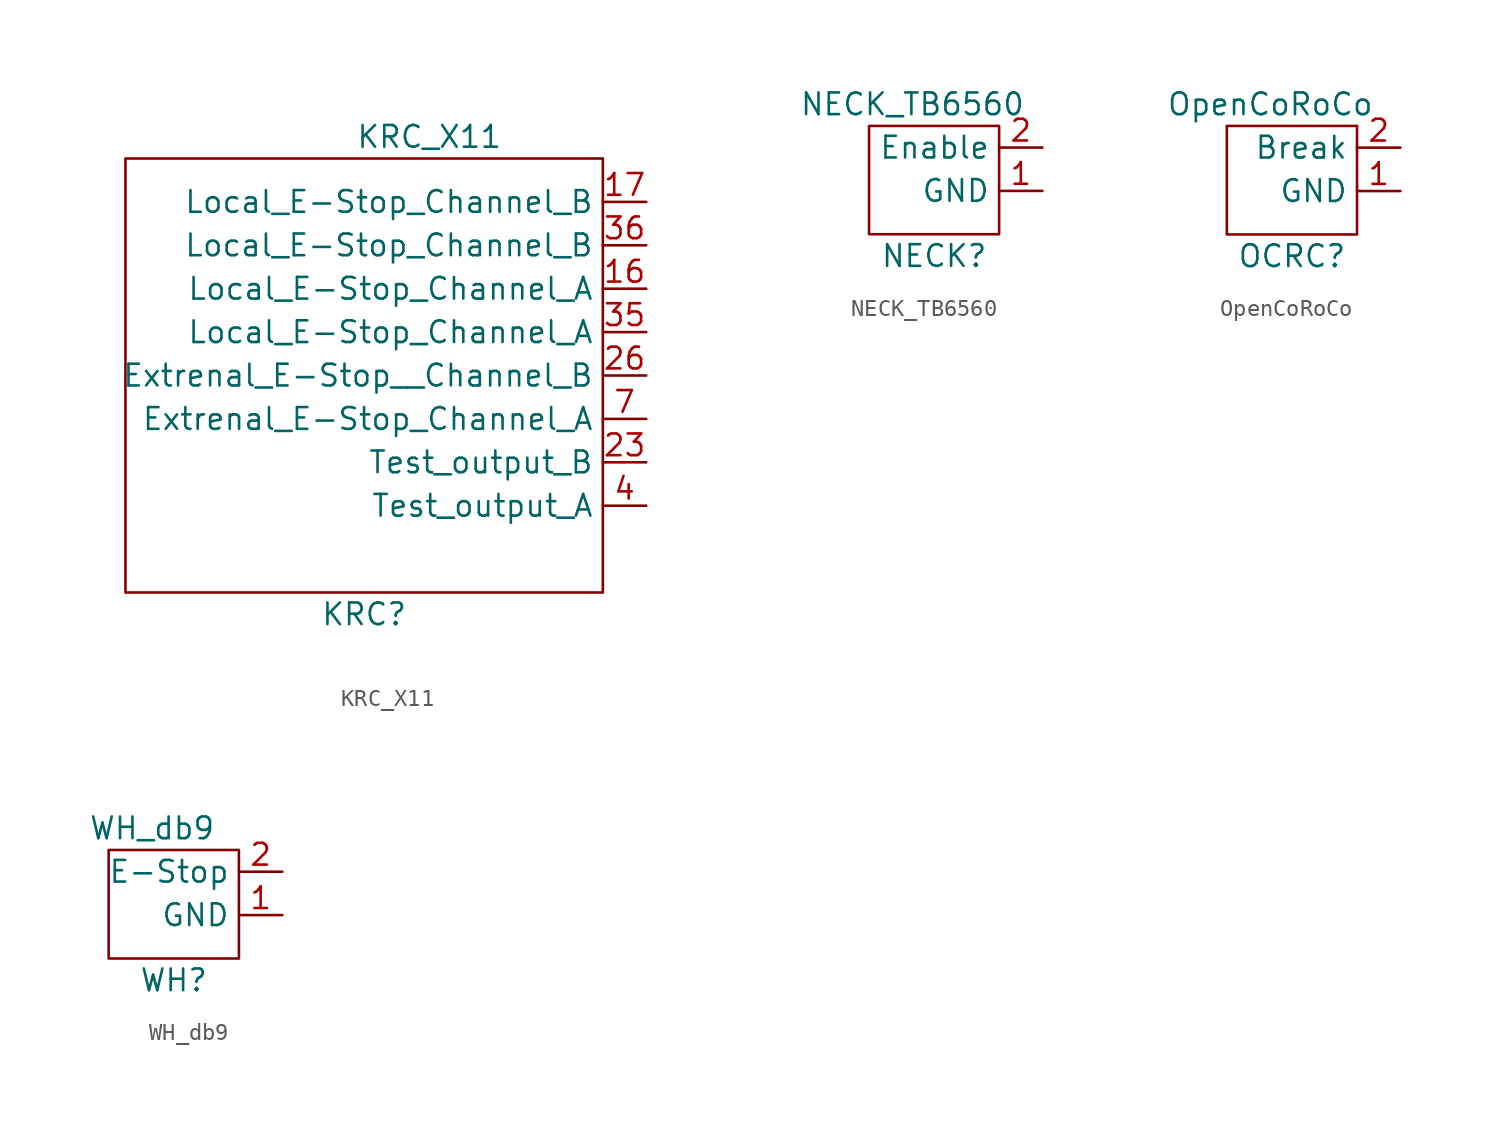
<source format=kicad_sym>
(kicad_symbol_lib
  (version 20211014)
  (generator kicad_symbol_editor)
  (symbol "KRC_X11"
    (property "Reference" "KRC"
      (at -3.81 -24.13 0)
      (effects (font (size 1.27 1.27))))
    (property "Value" "KRC_X11"
      (at 0 3.81 0)
      (effects (font (size 1.27 1.27))))
    (symbol "KRC_X11_0_1"
      (rectangle (start -17.78 2.54) (end 10.16 -22.86) (stroke (width 0) (type default) (color 0 0 0 0)) (fill (type none))))
    (symbol "KRC_X11_1_1"
      (pin input line (at 12.7 -5.08 180) (length 2.54) (name "Local_E-Stop_Channel_A" (effects (font (size 1.27 1.27)))) (number "16" (effects (font (size 1.27 1.27)))))
      (pin input line (at 12.7 0 180) (length 2.54) (name "Local_E-Stop_Channel_B" (effects (font (size 1.27 1.27)))) (number "17" (effects (font (size 1.27 1.27)))))
      (pin input line (at 12.7 -15.24 180) (length 2.54) (name "Test_output_B" (effects (font (size 1.27 1.27)))) (number "23" (effects (font (size 1.27 1.27)))))
      (pin input line (at 12.7 -10.16 180) (length 2.54) (name "Extrenal_E-Stop__Channel_B" (effects (font (size 1.27 1.27)))) (number "26" (effects (font (size 1.27 1.27)))))
      (pin input line (at 12.7 -7.62 180) (length 2.54) (name "Local_E-Stop_Channel_A" (effects (font (size 1.27 1.27)))) (number "35" (effects (font (size 1.27 1.27)))))
      (pin input line (at 12.7 -2.54 180) (length 2.54) (name "Local_E-Stop_Channel_B" (effects (font (size 1.27 1.27)))) (number "36" (effects (font (size 1.27 1.27)))))
      (pin input line (at 12.7 -17.78 180) (length 2.54) (name "Test_output_A" (effects (font (size 1.27 1.27)))) (number "4" (effects (font (size 1.27 1.27)))))
      (pin input line (at 12.7 -12.7 180) (length 2.54) (name "Extrenal_E-Stop_Channel_A" (effects (font (size 1.27 1.27)))) (number "7" (effects (font (size 1.27 1.27)))))))
  (symbol "NECK_TB6560"
    (property "Reference" "NECK"
      (at -1.27 -5.08 0)
      (effects (font (size 1.27 1.27))))
    (property "Value" "NECK_TB6560"
      (at -2.54 3.81 0)
      (effects (font (size 1.27 1.27))))
    (symbol "NECK_TB6560_0_1"
      (rectangle (start -5.08 2.54) (end 2.54 -3.81) (stroke (width 0) (type default) (color 0 0 0 0)) (fill (type none))))
    (symbol "NECK_TB6560_1_1"
      (pin input line (at 5.08 -1.27 180) (length 2.54) (name "GND" (effects (font (size 1.27 1.27)))) (number "1" (effects (font (size 1.27 1.27)))))
      (pin input line (at 5.08 1.27 180) (length 2.54) (name "Enable" (effects (font (size 1.27 1.27)))) (number "2" (effects (font (size 1.27 1.27)))))))
  (symbol "OpenCoRoCo"
    (property "Reference" "OCRC"
      (at -1.27 -5.08 0)
      (effects (font (size 1.27 1.27))))
    (property "Value" "OpenCoRoCo"
      (at -2.54 3.81 0)
      (effects (font (size 1.27 1.27))))
    (symbol "OpenCoRoCo_0_1"
      (rectangle (start -5.08 2.54) (end 2.54 -3.81) (stroke (width 0) (type default) (color 0 0 0 0)) (fill (type none))))
    (symbol "OpenCoRoCo_1_1"
      (pin input line (at 5.08 -1.27 180) (length 2.54) (name "GND" (effects (font (size 1.27 1.27)))) (number "1" (effects (font (size 1.27 1.27)))))
      (pin input line (at 5.08 1.27 180) (length 2.54) (name "Break" (effects (font (size 1.27 1.27)))) (number "2" (effects (font (size 1.27 1.27)))))))
  (symbol "WH_db9"
    (property "Reference" "WH"
      (at -1.27 -5.08 0)
      (effects (font (size 1.27 1.27))))
    (property "Value" "WH_db9"
      (at -2.54 3.81 0)
      (effects (font (size 1.27 1.27))))
    (symbol "WH_db9_0_1"
      (rectangle (start -5.08 2.54) (end 2.54 -3.81) (stroke (width 0) (type default) (color 0 0 0 0)) (fill (type none))))
    (symbol "WH_db9_1_1"
      (pin input line (at 5.08 -1.27 180) (length 2.54) (name "GND" (effects (font (size 1.27 1.27)))) (number "1" (effects (font (size 1.27 1.27)))))
      (pin input line (at 5.08 1.27 180) (length 2.54) (name "E-Stop" (effects (font (size 1.27 1.27)))) (number "2" (effects (font (size 1.27 1.27))))))))
</source>
